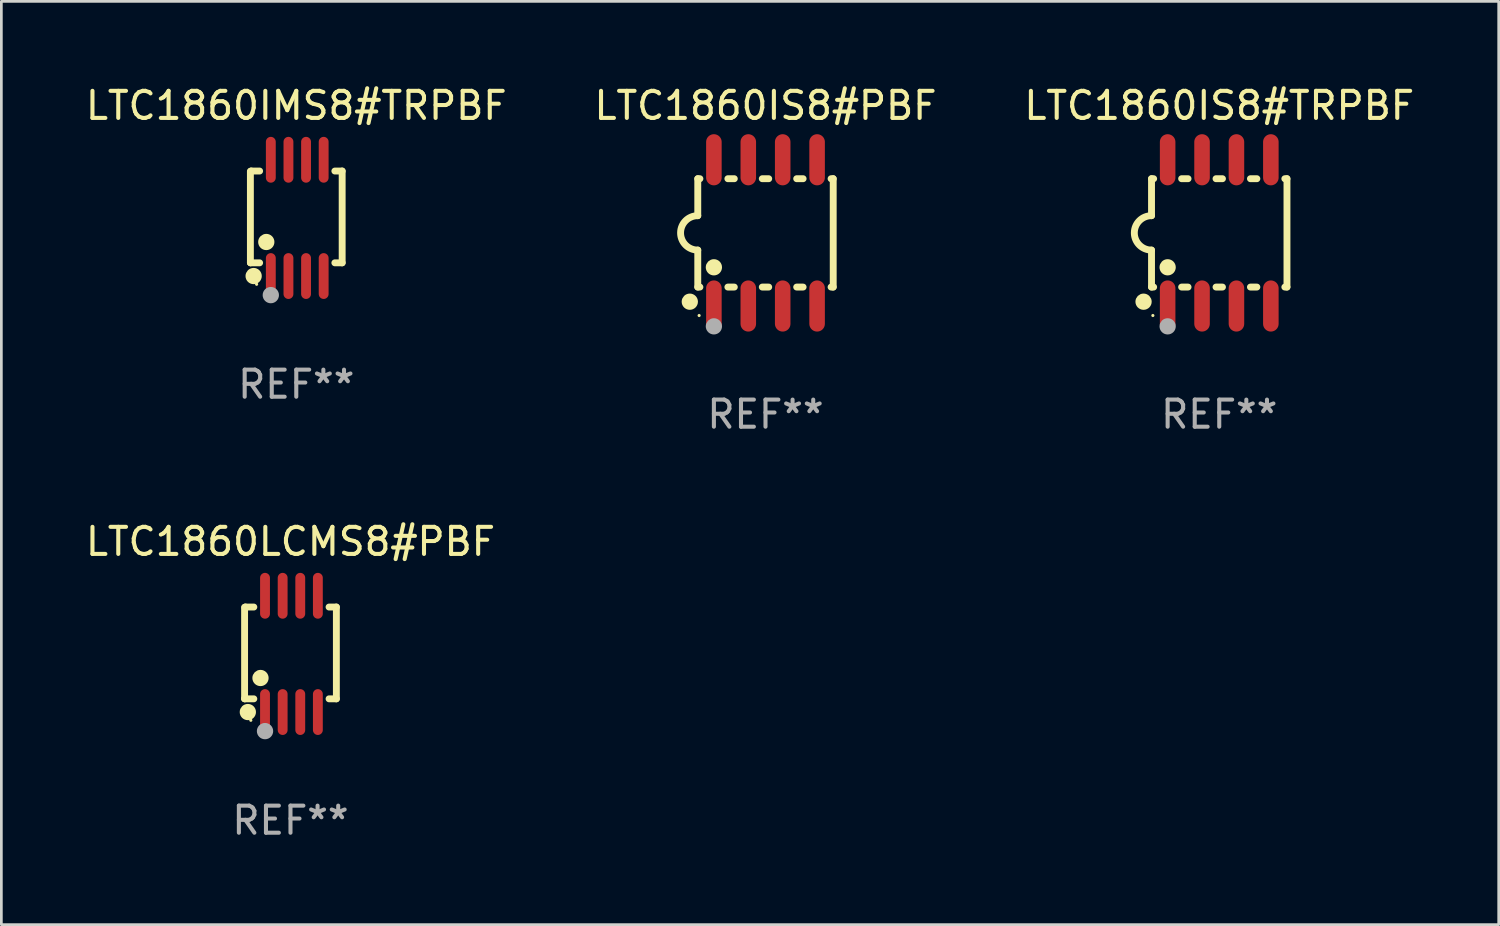
<source format=kicad_pcb>
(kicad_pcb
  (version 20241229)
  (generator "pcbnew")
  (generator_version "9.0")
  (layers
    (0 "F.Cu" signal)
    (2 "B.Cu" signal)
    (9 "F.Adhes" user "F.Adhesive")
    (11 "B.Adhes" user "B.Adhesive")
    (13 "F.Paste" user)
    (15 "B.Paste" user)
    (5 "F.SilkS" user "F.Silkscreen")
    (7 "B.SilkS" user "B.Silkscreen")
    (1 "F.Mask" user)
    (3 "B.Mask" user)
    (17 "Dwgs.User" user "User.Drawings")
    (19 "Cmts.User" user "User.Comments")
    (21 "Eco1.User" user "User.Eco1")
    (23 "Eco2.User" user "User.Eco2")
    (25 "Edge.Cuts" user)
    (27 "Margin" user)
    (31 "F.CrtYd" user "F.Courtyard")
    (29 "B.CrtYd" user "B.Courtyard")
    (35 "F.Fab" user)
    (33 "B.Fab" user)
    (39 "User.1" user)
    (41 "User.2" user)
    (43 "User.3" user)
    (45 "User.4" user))
  (footprint "LTC1860IS8#TRPBF"
    (layer "F.Cu")
    (at 41.958 5.547)
    (property "Reference" "LTC1860IS8#TRPBF" (at 0 -4.699 0) (layer "F.SilkS") (effects (font (size 1 1) (thickness 0.15))))
    (attr through_hole)
    (fp_line (start -2.5 -2) (end -2.5 -0.635) (stroke (width 0.254) (type solid)) (layer "F.SilkS"))
    (fp_line (start -2.5 -2) (end -2.421 -2) (stroke (width 0.254) (type solid)) (layer "F.SilkS"))
    (fp_line (start -2.5 2) (end -2.5 0.635) (stroke (width 0.254) (type solid)) (layer "F.SilkS"))
    (fp_line (start -2.5 2) (end -2.421 2) (stroke (width 0.254) (type solid)) (layer "F.SilkS"))
    (fp_line (start -1.389 -2) (end -1.151 -2) (stroke (width 0.254) (type solid)) (layer "F.SilkS"))
    (fp_line (start -1.389 2) (end -1.151 2) (stroke (width 0.254) (type solid)) (layer "F.SilkS"))
    (fp_line (start -0.119 -2) (end 0.119 -2) (stroke (width 0.254) (type solid)) (layer "F.SilkS"))
    (fp_line (start -0.119 2) (end 0.119 2) (stroke (width 0.254) (type solid)) (layer "F.SilkS"))
    (fp_line (start 1.151 -2) (end 1.389 -2) (stroke (width 0.254) (type solid)) (layer "F.SilkS"))
    (fp_line (start 1.151 2) (end 1.389 2) (stroke (width 0.254) (type solid)) (layer "F.SilkS"))
    (fp_line (start 2.421 -2) (end 2.5 -2) (stroke (width 0.254) (type solid)) (layer "F.SilkS"))
    (fp_line (start 2.421 2) (end 2.5 2) (stroke (width 0.254) (type solid)) (layer "F.SilkS"))
    (fp_line (start 2.5 -2) (end 2.5 2) (stroke (width 0.254) (type solid)) (layer "F.SilkS"))
    (fp_arc (start -2.5 0.635001) (mid -3.134366 -0.000318) (end -2.499365 -0.635001) (stroke (width 0.254001) (type solid)) (layer "F.SilkS"))
    (fp_circle (center -2.794 2.54) (end -2.644 2.54) (stroke (width 0.3) (type solid)) (fill no) (layer "F.SilkS"))
    (fp_circle (center -2.45 3.05) (end -2.42 3.05) (stroke (width 0.06) (type solid)) (fill no) (layer "F.SilkS"))
    (fp_circle (center -1.905 1.27) (end -1.755 1.27) (stroke (width 0.3) (type solid)) (fill no) (layer "F.SilkS"))
    (fp_circle (center -1.905 3.45) (end -1.755 3.45) (stroke (width 0.3) (type solid)) (fill no) (layer "F.Fab"))
    (fp_text user "REF**" (at 0 6.699 0) (layer "F.Fab") (effects (font (size 1 1) (thickness 0.15))))
    (pad "1" smd oval (at -1.905 2.699) (size 0.574 1.888) (layers "F.Cu" "F.Mask" "F.Paste"))
    (pad "2" smd oval (at -0.635 2.699) (size 0.574 1.888) (layers "F.Cu" "F.Mask" "F.Paste"))
    (pad "3" smd oval (at 0.635 2.699) (size 0.574 1.888) (layers "F.Cu" "F.Mask" "F.Paste"))
    (pad "4" smd oval (at 1.905 2.699) (size 0.574 1.888) (layers "F.Cu" "F.Mask" "F.Paste"))
    (pad "5" smd oval (at 1.905 -2.699) (size 0.574 1.888) (layers "F.Cu" "F.Mask" "F.Paste"))
    (pad "6" smd oval (at 0.635 -2.699) (size 0.574 1.888) (layers "F.Cu" "F.Mask" "F.Paste"))
    (pad "7" smd oval (at -0.635 -2.699) (size 0.574 1.888) (layers "F.Cu" "F.Mask" "F.Paste"))
    (pad "8" smd oval (at -1.905 -2.699) (size 0.574 1.888) (layers "F.Cu" "F.Mask" "F.Paste")))
  (footprint "LTC1860LCMS8#PBF"
    (layer "F.Cu")
    (at 7.673 21.089)
    (property "Reference" "LTC1860LCMS8#PBF" (at 0 -4.146 0) (layer "F.SilkS") (effects (font (size 1 1) (thickness 0.15))))
    (attr through_hole)
    (fp_line (start -1.694 -1.724) (end -1.694 1.652) (stroke (width 0.254) (type solid)) (layer "F.SilkS"))
    (fp_line (start -1.694 1.652) (end -1.688 1.658) (stroke (width 0.254) (type solid)) (layer "F.SilkS"))
    (fp_line (start -1.688 1.658) (end -1.353 1.658) (stroke (width 0.254) (type solid)) (layer "F.SilkS"))
    (fp_line (start -1.661 -1.73) (end -1.681 -1.71) (stroke (width 0.254) (type solid)) (layer "F.SilkS"))
    (fp_line (start -1.353 -1.73) (end -1.661 -1.73) (stroke (width 0.254) (type solid)) (layer "F.SilkS"))
    (fp_line (start 1.424 1.658) (end 1.694 1.658) (stroke (width 0.254) (type solid)) (layer "F.SilkS"))
    (fp_line (start 1.694 -1.73) (end 1.424 -1.73) (stroke (width 0.254) (type solid)) (layer "F.SilkS"))
    (fp_line (start 1.694 1.658) (end 1.694 -1.73) (stroke (width 0.254) (type solid)) (layer "F.SilkS"))
    (fp_circle (center -1.574 2.146) (end -1.424 2.146) (stroke (width 0.3) (type solid)) (fill no) (layer "F.SilkS"))
    (fp_circle (center -1.464 2.45) (end -1.434 2.45) (stroke (width 0.06) (type solid)) (fill no) (layer "F.SilkS"))
    (fp_circle (center -1.107 0.889) (end -0.957 0.889) (stroke (width 0.3) (type solid)) (fill no) (layer "F.SilkS"))
    (fp_circle (center -0.94 2.85) (end -0.789 2.85) (stroke (width 0.3) (type solid)) (fill no) (layer "F.Fab"))
    (fp_text user "REF**" (at 0 6.146 0) (layer "F.Fab") (effects (font (size 1 1) (thickness 0.15))))
    (pad "1" smd oval (at -0.94 2.146) (size 0.364 1.692) (layers "F.Cu" "F.Mask" "F.Paste"))
    (pad "2" smd oval (at -0.289 2.146) (size 0.364 1.692) (layers "F.Cu" "F.Mask" "F.Paste"))
    (pad "3" smd oval (at 0.361 2.146) (size 0.364 1.692) (layers "F.Cu" "F.Mask" "F.Paste"))
    (pad "4" smd oval (at 1.011 2.146) (size 0.364 1.692) (layers "F.Cu" "F.Mask" "F.Paste"))
    (pad "5" smd oval (at 1.011 -2.146) (size 0.364 1.692) (layers "F.Cu" "F.Mask" "F.Paste"))
    (pad "6" smd oval (at 0.361 -2.146) (size 0.364 1.692) (layers "F.Cu" "F.Mask" "F.Paste"))
    (pad "7" smd oval (at -0.289 -2.146) (size 0.364 1.692) (layers "F.Cu" "F.Mask" "F.Paste"))
    (pad "8" smd oval (at -0.94 -2.146) (size 0.364 1.692) (layers "F.Cu" "F.Mask" "F.Paste")))
  (footprint "LTC1860IS8#PBF"
    (layer "F.Cu")
    (at 25.208 5.547)
    (property "Reference" "LTC1860IS8#PBF" (at 0 -4.699 0) (layer "F.SilkS") (effects (font (size 1 1) (thickness 0.15))))
    (attr through_hole)
    (fp_line (start -2.5 -2) (end -2.5 -0.635) (stroke (width 0.254) (type solid)) (layer "F.SilkS"))
    (fp_line (start -2.5 -2) (end -2.421 -2) (stroke (width 0.254) (type solid)) (layer "F.SilkS"))
    (fp_line (start -2.5 2) (end -2.5 0.635) (stroke (width 0.254) (type solid)) (layer "F.SilkS"))
    (fp_line (start -2.5 2) (end -2.421 2) (stroke (width 0.254) (type solid)) (layer "F.SilkS"))
    (fp_line (start -1.389 -2) (end -1.151 -2) (stroke (width 0.254) (type solid)) (layer "F.SilkS"))
    (fp_line (start -1.389 2) (end -1.151 2) (stroke (width 0.254) (type solid)) (layer "F.SilkS"))
    (fp_line (start -0.119 -2) (end 0.119 -2) (stroke (width 0.254) (type solid)) (layer "F.SilkS"))
    (fp_line (start -0.119 2) (end 0.119 2) (stroke (width 0.254) (type solid)) (layer "F.SilkS"))
    (fp_line (start 1.151 -2) (end 1.389 -2) (stroke (width 0.254) (type solid)) (layer "F.SilkS"))
    (fp_line (start 1.151 2) (end 1.389 2) (stroke (width 0.254) (type solid)) (layer "F.SilkS"))
    (fp_line (start 2.421 -2) (end 2.5 -2) (stroke (width 0.254) (type solid)) (layer "F.SilkS"))
    (fp_line (start 2.421 2) (end 2.5 2) (stroke (width 0.254) (type solid)) (layer "F.SilkS"))
    (fp_line (start 2.5 -2) (end 2.5 2) (stroke (width 0.254) (type solid)) (layer "F.SilkS"))
    (fp_arc (start -2.5 0.635001) (mid -3.134366 -0.000318) (end -2.499365 -0.635001) (stroke (width 0.254001) (type solid)) (layer "F.SilkS"))
    (fp_circle (center -2.794 2.54) (end -2.644 2.54) (stroke (width 0.3) (type solid)) (fill no) (layer "F.SilkS"))
    (fp_circle (center -2.45 3.05) (end -2.42 3.05) (stroke (width 0.06) (type solid)) (fill no) (layer "F.SilkS"))
    (fp_circle (center -1.905 1.27) (end -1.755 1.27) (stroke (width 0.3) (type solid)) (fill no) (layer "F.SilkS"))
    (fp_circle (center -1.905 3.45) (end -1.755 3.45) (stroke (width 0.3) (type solid)) (fill no) (layer "F.Fab"))
    (fp_text user "REF**" (at 0 6.699 0) (layer "F.Fab") (effects (font (size 1 1) (thickness 0.15))))
    (pad "1" smd oval (at -1.905 2.699) (size 0.574 1.888) (layers "F.Cu" "F.Mask" "F.Paste"))
    (pad "2" smd oval (at -0.635 2.699) (size 0.574 1.888) (layers "F.Cu" "F.Mask" "F.Paste"))
    (pad "3" smd oval (at 0.635 2.699) (size 0.574 1.888) (layers "F.Cu" "F.Mask" "F.Paste"))
    (pad "4" smd oval (at 1.905 2.699) (size 0.574 1.888) (layers "F.Cu" "F.Mask" "F.Paste"))
    (pad "5" smd oval (at 1.905 -2.699) (size 0.574 1.888) (layers "F.Cu" "F.Mask" "F.Paste"))
    (pad "6" smd oval (at 0.635 -2.699) (size 0.574 1.888) (layers "F.Cu" "F.Mask" "F.Paste"))
    (pad "7" smd oval (at -0.635 -2.699) (size 0.574 1.888) (layers "F.Cu" "F.Mask" "F.Paste"))
    (pad "8" smd oval (at -1.905 -2.699) (size 0.574 1.888) (layers "F.Cu" "F.Mask" "F.Paste")))
  (footprint "LTC1860IMS8#TRPBF"
    (layer "F.Cu")
    (at 7.887 4.994)
    (property "Reference" "LTC1860IMS8#TRPBF" (at 0 -4.146 0) (layer "F.SilkS") (effects (font (size 1 1) (thickness 0.15))))
    (attr through_hole)
    (fp_line (start -1.694 -1.724) (end -1.694 1.652) (stroke (width 0.254) (type solid)) (layer "F.SilkS"))
    (fp_line (start -1.694 1.652) (end -1.688 1.658) (stroke (width 0.254) (type solid)) (layer "F.SilkS"))
    (fp_line (start -1.688 1.658) (end -1.353 1.658) (stroke (width 0.254) (type solid)) (layer "F.SilkS"))
    (fp_line (start -1.661 -1.73) (end -1.681 -1.71) (stroke (width 0.254) (type solid)) (layer "F.SilkS"))
    (fp_line (start -1.353 -1.73) (end -1.661 -1.73) (stroke (width 0.254) (type solid)) (layer "F.SilkS"))
    (fp_line (start 1.424 1.658) (end 1.694 1.658) (stroke (width 0.254) (type solid)) (layer "F.SilkS"))
    (fp_line (start 1.694 -1.73) (end 1.424 -1.73) (stroke (width 0.254) (type solid)) (layer "F.SilkS"))
    (fp_line (start 1.694 1.658) (end 1.694 -1.73) (stroke (width 0.254) (type solid)) (layer "F.SilkS"))
    (fp_circle (center -1.574 2.146) (end -1.424 2.146) (stroke (width 0.3) (type solid)) (fill no) (layer "F.SilkS"))
    (fp_circle (center -1.464 2.45) (end -1.434 2.45) (stroke (width 0.06) (type solid)) (fill no) (layer "F.SilkS"))
    (fp_circle (center -1.107 0.889) (end -0.957 0.889) (stroke (width 0.3) (type solid)) (fill no) (layer "F.SilkS"))
    (fp_circle (center -0.94 2.85) (end -0.789 2.85) (stroke (width 0.3) (type solid)) (fill no) (layer "F.Fab"))
    (fp_text user "REF**" (at 0 6.146 0) (layer "F.Fab") (effects (font (size 1 1) (thickness 0.15))))
    (pad "1" smd oval (at -0.94 2.146) (size 0.364 1.692) (layers "F.Cu" "F.Mask" "F.Paste"))
    (pad "2" smd oval (at -0.289 2.146) (size 0.364 1.692) (layers "F.Cu" "F.Mask" "F.Paste"))
    (pad "3" smd oval (at 0.361 2.146) (size 0.364 1.692) (layers "F.Cu" "F.Mask" "F.Paste"))
    (pad "4" smd oval (at 1.011 2.146) (size 0.364 1.692) (layers "F.Cu" "F.Mask" "F.Paste"))
    (pad "5" smd oval (at 1.011 -2.146) (size 0.364 1.692) (layers "F.Cu" "F.Mask" "F.Paste"))
    (pad "6" smd oval (at 0.361 -2.146) (size 0.364 1.692) (layers "F.Cu" "F.Mask" "F.Paste"))
    (pad "7" smd oval (at -0.289 -2.146) (size 0.364 1.692) (layers "F.Cu" "F.Mask" "F.Paste"))
    (pad "8" smd oval (at -0.94 -2.146) (size 0.364 1.692) (layers "F.Cu" "F.Mask" "F.Paste")))
  (gr_rect
    (start -3 -3)
    (end 52.274 31.083)
    (stroke (width 0.1) (type default))
    (fill no)
    (layer "Edge.Cuts")))
</source>
